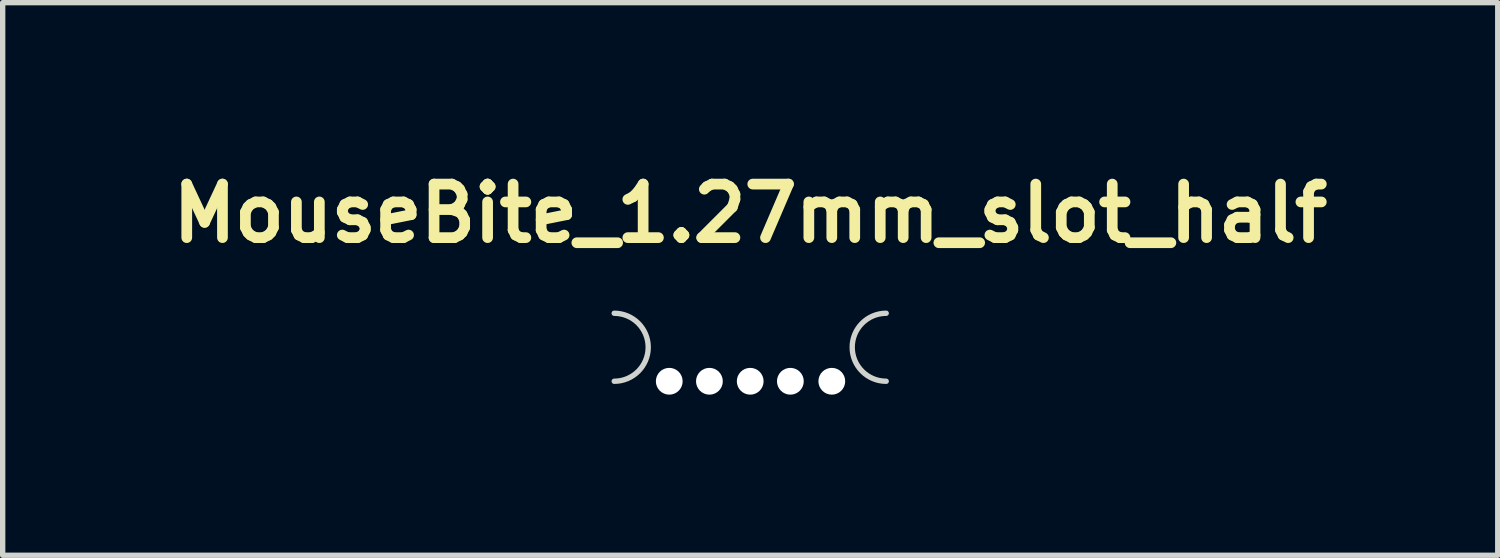
<source format=kicad_pcb>
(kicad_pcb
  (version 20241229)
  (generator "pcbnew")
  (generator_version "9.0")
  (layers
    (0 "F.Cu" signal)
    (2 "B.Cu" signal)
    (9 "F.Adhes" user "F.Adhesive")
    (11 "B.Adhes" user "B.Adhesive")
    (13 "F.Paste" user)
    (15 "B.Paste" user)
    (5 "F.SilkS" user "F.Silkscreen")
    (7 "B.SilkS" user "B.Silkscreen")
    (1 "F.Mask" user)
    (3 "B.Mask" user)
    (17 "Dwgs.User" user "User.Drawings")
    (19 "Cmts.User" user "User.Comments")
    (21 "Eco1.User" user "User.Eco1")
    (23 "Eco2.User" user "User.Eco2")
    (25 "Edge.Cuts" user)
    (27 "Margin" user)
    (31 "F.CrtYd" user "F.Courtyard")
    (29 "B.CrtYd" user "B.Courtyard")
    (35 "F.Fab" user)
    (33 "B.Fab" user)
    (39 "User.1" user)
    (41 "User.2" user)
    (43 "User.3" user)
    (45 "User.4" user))
  (footprint "MouseBite_1.27mm_slot_half"
    (layer "F.Cu")
    (at 10.962 3.436)
    (property "Reference" "MouseBite_1.27mm_slot_half" (at 0 -2.5 0) (layer "F.SilkS") (effects (font (size 1 1) (thickness 0.2))))
    (attr through_hole)
    (fp_arc (start -2.54 -0.635) (mid -1.905 0) (end -2.54 0.635) (stroke (width 0.1) (type solid)) (layer "Edge.Cuts"))
    (fp_arc (start 2.54 0.635) (mid 1.905 0) (end 2.54 -0.635) (stroke (width 0.1) (type solid)) (layer "Edge.Cuts"))
    (pad "" np_thru_hole circle (at -1.512 0.635) (size 0.5 0.5) (drill 0.5) (layers "*.Cu" "*.Mask"))
    (pad "" np_thru_hole circle (at -0.762 0.635) (size 0.5 0.5) (drill 0.5) (layers "*.Cu" "*.Mask"))
    (pad "" np_thru_hole circle (at 0 0.635) (size 0.5 0.5) (drill 0.5) (layers "*.Cu" "*.Mask"))
    (pad "" np_thru_hole circle (at 0.75 0.635) (size 0.5 0.5) (drill 0.5) (layers "*.Cu" "*.Mask"))
    (pad "" np_thru_hole circle (at 1.524 0.635) (size 0.5 0.5) (drill 0.5) (layers "*.Cu" "*.Mask")))
  (gr_rect
    (start -3 -3)
    (end 24.924 7.321)
    (stroke (width 0.1) (type default))
    (fill no)
    (layer "Edge.Cuts")))
</source>
